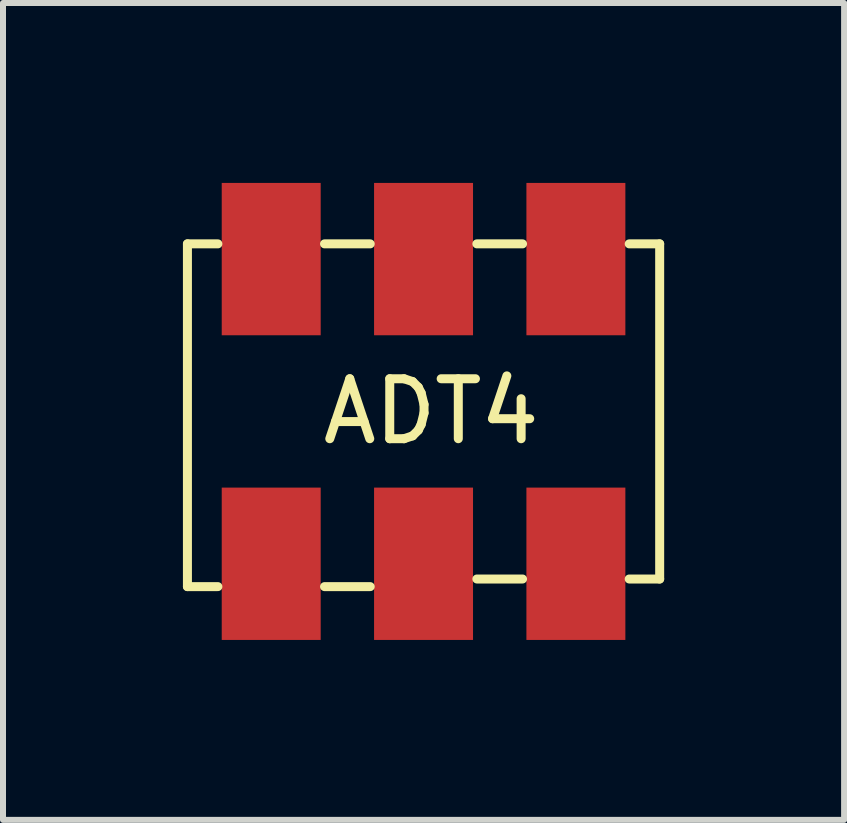
<source format=kicad_pcb>
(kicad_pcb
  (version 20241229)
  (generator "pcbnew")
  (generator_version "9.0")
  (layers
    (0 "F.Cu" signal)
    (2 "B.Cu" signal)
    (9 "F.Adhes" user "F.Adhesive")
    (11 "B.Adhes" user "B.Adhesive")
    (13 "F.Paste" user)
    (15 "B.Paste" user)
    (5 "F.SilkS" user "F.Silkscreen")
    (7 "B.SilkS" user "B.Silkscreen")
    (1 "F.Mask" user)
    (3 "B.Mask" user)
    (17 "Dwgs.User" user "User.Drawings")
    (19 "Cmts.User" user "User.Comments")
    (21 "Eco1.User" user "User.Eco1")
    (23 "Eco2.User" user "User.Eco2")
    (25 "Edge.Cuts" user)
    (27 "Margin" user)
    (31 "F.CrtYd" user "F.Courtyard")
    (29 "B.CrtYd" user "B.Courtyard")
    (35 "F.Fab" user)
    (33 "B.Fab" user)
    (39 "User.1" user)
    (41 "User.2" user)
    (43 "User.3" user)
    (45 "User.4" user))
  (footprint "ADT4"
    (layer "F.Cu")
    (at 4.012 3.81)
    (property "Reference" "ADT4" (at 0.127 0 0) (layer "F.SilkS") (effects (font (size 1 1) (thickness 0.15))))
    (attr through_hole)
    (fp_line (start -3.937 -2.794) (end -3.429 -2.794) (stroke (width 0.15) (type solid)) (layer "F.SilkS"))
    (fp_line (start -3.937 2.921) (end -3.937 -2.794) (stroke (width 0.15) (type solid)) (layer "F.SilkS"))
    (fp_line (start -3.429 2.921) (end -3.937 2.921) (stroke (width 0.15) (type solid)) (layer "F.SilkS"))
    (fp_line (start -0.889 -2.794) (end -1.651 -2.794) (stroke (width 0.15) (type solid)) (layer "F.SilkS"))
    (fp_line (start -0.889 2.921) (end -1.651 2.921) (stroke (width 0.15) (type solid)) (layer "F.SilkS"))
    (fp_line (start 1.651 -2.794) (end 0.889 -2.794) (stroke (width 0.15) (type solid)) (layer "F.SilkS"))
    (fp_line (start 1.651 2.794) (end 0.889 2.794) (stroke (width 0.15) (type solid)) (layer "F.SilkS"))
    (fp_line (start 3.429 -2.794) (end 3.937 -2.794) (stroke (width 0.15) (type solid)) (layer "F.SilkS"))
    (fp_line (start 3.937 -2.794) (end 3.937 2.794) (stroke (width 0.15) (type solid)) (layer "F.SilkS"))
    (fp_line (start 3.937 2.794) (end 3.429 2.794) (stroke (width 0.15) (type solid)) (layer "F.SilkS"))
    (pad "1" smd rect (at -2.54 2.54) (size 1.65 2.54) (layers "F.Cu" "F.Mask" "F.Paste"))
    (pad "2" smd rect (at 0 2.54) (size 1.65 2.54) (layers "F.Cu" "F.Mask" "F.Paste"))
    (pad "3" smd rect (at 2.54 2.54) (size 1.65 2.54) (layers "F.Cu" "F.Mask" "F.Paste"))
    (pad "4" smd rect (at 2.54 -2.54) (size 1.65 2.54) (layers "F.Cu" "F.Mask" "F.Paste"))
    (pad "5" smd rect (at 0 -2.54) (size 1.65 2.54) (layers "F.Cu" "F.Mask" "F.Paste"))
    (pad "6" smd rect (at -2.54 -2.54) (size 1.65 2.54) (layers "F.Cu" "F.Mask" "F.Paste")))
  (gr_rect
    (start -3 -3)
    (end 11.024 10.62)
    (stroke (width 0.1) (type default))
    (fill no)
    (layer "Edge.Cuts")))
</source>
